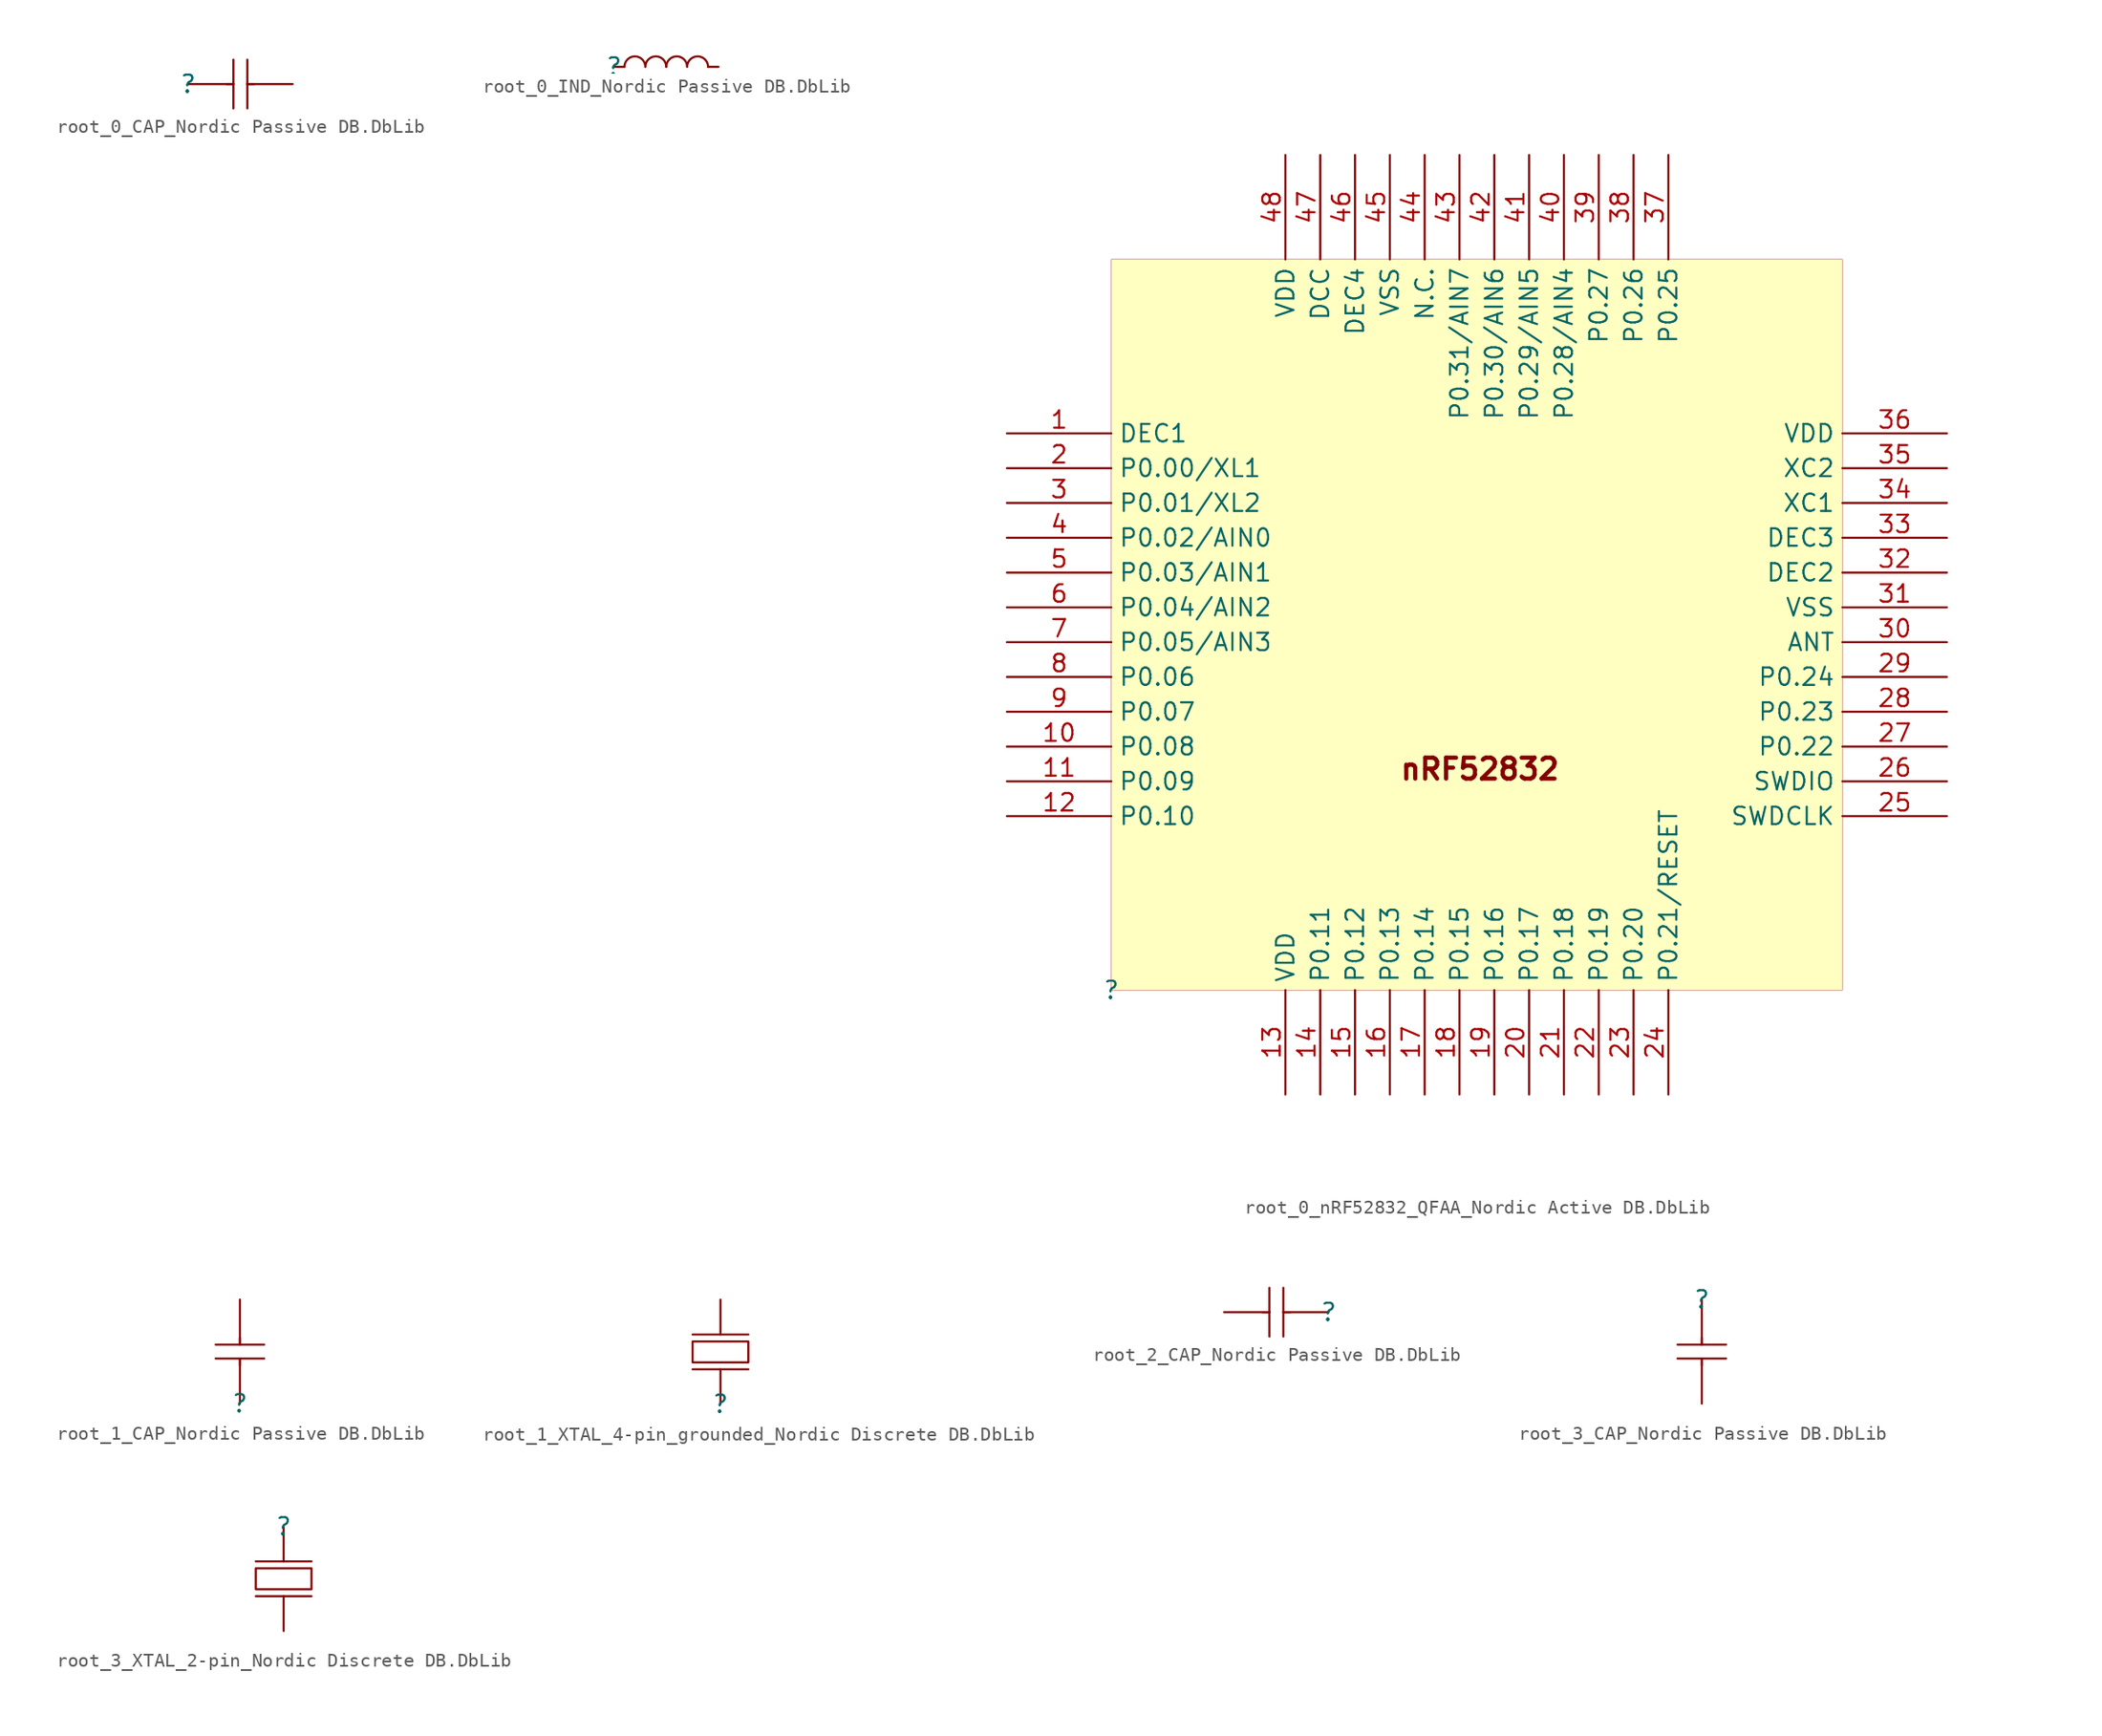
<source format=kicad_sym>
(kicad_symbol_lib
  (version 20241209)
  (generator "kicad_symbol_editor")
  (generator_version "9.0")
  (symbol "root_0_CAP_Nordic Passive DB.DbLib"
    (pin_numbers
      (hide yes))
    (pin_names
      (hide yes))
    (property "Reference" ""
      (at 0 0 0)
      (effects (font (size 1.27 1.27))))
    (property "Value" ""
      (at 0 0 0)
      (effects (font (size 1.27 1.27))))
    (symbol "root_0_CAP_Nordic Passive DB.DbLib_1_0"
      (polyline (pts (xy 3.302 0) (xy 2.794 0)) (stroke (width 0) (type solid)) (fill (type none)))
      (polyline (pts (xy 3.302 -1.778) (xy 3.302 1.778)) (stroke (width 0) (type solid)) (fill (type none)))
      (polyline (pts (xy 4.318 0) (xy 4.826 0)) (stroke (width 0) (type solid)) (fill (type none)))
      (polyline (pts (xy 4.318 -1.778) (xy 4.318 1.778)) (stroke (width 0) (type solid)) (fill (type none)))
      (pin passive line (at 0 0 0) (length 3.302) (name "1" (effects (font (size 1.27 1.27)))) (number "1" (effects (font (size 1.27 1.27)))))
      (pin passive line (at 7.62 0 180) (length 3.302) (name "2" (effects (font (size 1.27 1.27)))) (number "2" (effects (font (size 1.27 1.27)))))))
  (symbol "root_0_IND_Nordic Passive DB.DbLib"
    (pin_numbers
      (hide yes))
    (pin_names
      (hide yes))
    (property "Reference" ""
      (at 0 0 0)
      (effects (font (size 1.27 1.27))))
    (property "Value" ""
      (at 0 0 0)
      (effects (font (size 1.27 1.27))))
    (symbol "root_0_IND_Nordic Passive DB.DbLib_1_0"
      (arc (start 0.762 0) (mid 1.524 0.762) (end 2.286 0) (stroke (width 0) (type solid)) (fill (type none)))
      (arc (start 2.286 0) (mid 3.048 0.762) (end 3.81 0) (stroke (width 0) (type solid)) (fill (type none)))
      (arc (start 3.81 0) (mid 4.572 0.762) (end 5.334 0) (stroke (width 0) (type solid)) (fill (type none)))
      (arc (start 5.334 0) (mid 6.096 0.762) (end 6.858 0) (stroke (width 0) (type solid)) (fill (type none)))
      (pin passive line (at 0 0 0) (length 0.762) (name "1" (effects (font (size 1.27 1.27)))) (number "1" (effects (font (size 1.27 1.27)))))
      (pin passive line (at 7.62 0 180) (length 0.762) (name "2" (effects (font (size 1.27 1.27)))) (number "2" (effects (font (size 1.27 1.27)))))))
  (symbol "root_0_nRF52832_QFAA_Nordic Active DB.DbLib"
    (property "Reference" ""
      (at 0 0 0)
      (effects (font (size 1.27 1.27))))
    (property "Value" ""
      (at 0 0 0)
      (effects (font (size 1.27 1.27))))
    (symbol "root_0_nRF52832_QFAA_Nordic Active DB.DbLib_1_0"
      (rectangle (start 53.34 53.34) (end 0 0) (stroke (width 0.025) (type solid) (color 128 0 0 1)) (fill (type background)))
      (text "nRF52832" (at 20.955 15.24 0) (effects (font (size 1.524 1.524) (thickness 0.305) (bold yes)) (justify left bottom)))
      (pin power_in line (at -7.62 40.64 0) (length 7.62) (name "DEC1" (effects (font (size 1.27 1.27)))) (number "1" (effects (font (size 1.27 1.27)))))
      (pin bidirectional line (at -7.62 38.1 0) (length 7.62) (name "P0.00/XL1" (effects (font (size 1.27 1.27)))) (number "2" (effects (font (size 1.27 1.27)))))
      (pin bidirectional line (at -7.62 35.56 0) (length 7.62) (name "P0.01/XL2" (effects (font (size 1.27 1.27)))) (number "3" (effects (font (size 1.27 1.27)))))
      (pin bidirectional line (at -7.62 33.02 0) (length 7.62) (name "P0.02/AIN0" (effects (font (size 1.27 1.27)))) (number "4" (effects (font (size 1.27 1.27)))))
      (pin bidirectional line (at -7.62 30.48 0) (length 7.62) (name "P0.03/AIN1" (effects (font (size 1.27 1.27)))) (number "5" (effects (font (size 1.27 1.27)))))
      (pin bidirectional line (at -7.62 27.94 0) (length 7.62) (name "P0.04/AIN2" (effects (font (size 1.27 1.27)))) (number "6" (effects (font (size 1.27 1.27)))))
      (pin bidirectional line (at -7.62 25.4 0) (length 7.62) (name "P0.05/AIN3" (effects (font (size 1.27 1.27)))) (number "7" (effects (font (size 1.27 1.27)))))
      (pin bidirectional line (at -7.62 22.86 0) (length 7.62) (name "P0.06" (effects (font (size 1.27 1.27)))) (number "8" (effects (font (size 1.27 1.27)))))
      (pin bidirectional line (at -7.62 20.32 0) (length 7.62) (name "P0.07" (effects (font (size 1.27 1.27)))) (number "9" (effects (font (size 1.27 1.27)))))
      (pin bidirectional line (at -7.62 17.78 0) (length 7.62) (name "P0.08" (effects (font (size 1.27 1.27)))) (number "10" (effects (font (size 1.27 1.27)))))
      (pin bidirectional line (at -7.62 15.24 0) (length 7.62) (name "P0.09" (effects (font (size 1.27 1.27)))) (number "11" (effects (font (size 1.27 1.27)))))
      (pin bidirectional line (at -7.62 12.7 0) (length 7.62) (name "P0.10" (effects (font (size 1.27 1.27)))) (number "12" (effects (font (size 1.27 1.27)))))
      (pin power_in line (at -7.62 -7.62 0) (length 7.62) (hide yes) (name "GND" (effects (font (size 1.27 1.27)))) (number "49" (effects (font (size 1.27 1.27)))))
      (pin power_in line (at 12.7 60.96 270) (length 7.62) (name "VDD" (effects (font (size 1.27 1.27)))) (number "48" (effects (font (size 1.27 1.27)))))
      (pin power_in line (at 12.7 -7.62 90) (length 7.62) (name "VDD" (effects (font (size 1.27 1.27)))) (number "13" (effects (font (size 1.27 1.27)))))
      (pin output line (at 15.24 60.96 270) (length 7.62) (name "DCC" (effects (font (size 1.27 1.27)))) (number "47" (effects (font (size 1.27 1.27)))))
      (pin bidirectional line (at 15.24 -7.62 90) (length 7.62) (name "P0.11" (effects (font (size 1.27 1.27)))) (number "14" (effects (font (size 1.27 1.27)))))
      (pin power_in line (at 17.78 60.96 270) (length 7.62) (name "DEC4" (effects (font (size 1.27 1.27)))) (number "46" (effects (font (size 1.27 1.27)))))
      (pin bidirectional line (at 17.78 -7.62 90) (length 7.62) (name "P0.12" (effects (font (size 1.27 1.27)))) (number "15" (effects (font (size 1.27 1.27)))))
      (pin power_in line (at 20.32 60.96 270) (length 7.62) (name "VSS" (effects (font (size 1.27 1.27)))) (number "45" (effects (font (size 1.27 1.27)))))
      (pin bidirectional line (at 20.32 -7.62 90) (length 7.62) (name "P0.13" (effects (font (size 1.27 1.27)))) (number "16" (effects (font (size 1.27 1.27)))))
      (pin power_in line (at 22.86 60.96 270) (length 7.62) (name "N.C." (effects (font (size 1.27 1.27)))) (number "44" (effects (font (size 1.27 1.27)))))
      (pin bidirectional line (at 22.86 -7.62 90) (length 7.62) (name "P0.14" (effects (font (size 1.27 1.27)))) (number "17" (effects (font (size 1.27 1.27)))))
      (pin bidirectional line (at 25.4 60.96 270) (length 7.62) (name "P0.31/AIN7" (effects (font (size 1.27 1.27)))) (number "43" (effects (font (size 1.27 1.27)))))
      (pin bidirectional line (at 25.4 -7.62 90) (length 7.62) (name "P0.15" (effects (font (size 1.27 1.27)))) (number "18" (effects (font (size 1.27 1.27)))))
      (pin bidirectional line (at 27.94 60.96 270) (length 7.62) (name "P0.30/AIN6" (effects (font (size 1.27 1.27)))) (number "42" (effects (font (size 1.27 1.27)))))
      (pin bidirectional line (at 27.94 -7.62 90) (length 7.62) (name "P0.16" (effects (font (size 1.27 1.27)))) (number "19" (effects (font (size 1.27 1.27)))))
      (pin bidirectional line (at 30.48 60.96 270) (length 7.62) (name "P0.29/AIN5" (effects (font (size 1.27 1.27)))) (number "41" (effects (font (size 1.27 1.27)))))
      (pin bidirectional line (at 30.48 -7.62 90) (length 7.62) (name "P0.17" (effects (font (size 1.27 1.27)))) (number "20" (effects (font (size 1.27 1.27)))))
      (pin bidirectional line (at 33.02 60.96 270) (length 7.62) (name "P0.28/AIN4" (effects (font (size 1.27 1.27)))) (number "40" (effects (font (size 1.27 1.27)))))
      (pin bidirectional line (at 33.02 -7.62 90) (length 7.62) (name "P0.18" (effects (font (size 1.27 1.27)))) (number "21" (effects (font (size 1.27 1.27)))))
      (pin bidirectional line (at 35.56 60.96 270) (length 7.62) (name "P0.27" (effects (font (size 1.27 1.27)))) (number "39" (effects (font (size 1.27 1.27)))))
      (pin bidirectional line (at 35.56 -7.62 90) (length 7.62) (name "P0.19" (effects (font (size 1.27 1.27)))) (number "22" (effects (font (size 1.27 1.27)))))
      (pin bidirectional line (at 38.1 60.96 270) (length 7.62) (name "P0.26" (effects (font (size 1.27 1.27)))) (number "38" (effects (font (size 1.27 1.27)))))
      (pin bidirectional line (at 38.1 -7.62 90) (length 7.62) (name "P0.20" (effects (font (size 1.27 1.27)))) (number "23" (effects (font (size 1.27 1.27)))))
      (pin bidirectional line (at 40.64 60.96 270) (length 7.62) (name "P0.25" (effects (font (size 1.27 1.27)))) (number "37" (effects (font (size 1.27 1.27)))))
      (pin bidirectional line (at 40.64 -7.62 90) (length 7.62) (name "P0.21/RESET" (effects (font (size 1.27 1.27)))) (number "24" (effects (font (size 1.27 1.27)))))
      (pin power_in line (at 60.96 40.64 180) (length 7.62) (name "VDD" (effects (font (size 1.27 1.27)))) (number "36" (effects (font (size 1.27 1.27)))))
      (pin output line (at 60.96 38.1 180) (length 7.62) (name "XC2" (effects (font (size 1.27 1.27)))) (number "35" (effects (font (size 1.27 1.27)))))
      (pin input line (at 60.96 35.56 180) (length 7.62) (name "XC1" (effects (font (size 1.27 1.27)))) (number "34" (effects (font (size 1.27 1.27)))))
      (pin power_in line (at 60.96 33.02 180) (length 7.62) (name "DEC3" (effects (font (size 1.27 1.27)))) (number "33" (effects (font (size 1.27 1.27)))))
      (pin power_in line (at 60.96 30.48 180) (length 7.62) (name "DEC2" (effects (font (size 1.27 1.27)))) (number "32" (effects (font (size 1.27 1.27)))))
      (pin power_in line (at 60.96 27.94 180) (length 7.62) (name "VSS" (effects (font (size 1.27 1.27)))) (number "31" (effects (font (size 1.27 1.27)))))
      (pin bidirectional line (at 60.96 25.4 180) (length 7.62) (name "ANT" (effects (font (size 1.27 1.27)))) (number "30" (effects (font (size 1.27 1.27)))))
      (pin bidirectional line (at 60.96 22.86 180) (length 7.62) (name "P0.24" (effects (font (size 1.27 1.27)))) (number "29" (effects (font (size 1.27 1.27)))))
      (pin bidirectional line (at 60.96 20.32 180) (length 7.62) (name "P0.23" (effects (font (size 1.27 1.27)))) (number "28" (effects (font (size 1.27 1.27)))))
      (pin bidirectional line (at 60.96 17.78 180) (length 7.62) (name "P0.22" (effects (font (size 1.27 1.27)))) (number "27" (effects (font (size 1.27 1.27)))))
      (pin bidirectional line (at 60.96 15.24 180) (length 7.62) (name "SWDIO" (effects (font (size 1.27 1.27)))) (number "26" (effects (font (size 1.27 1.27)))))
      (pin input line (at 60.96 12.7 180) (length 7.62) (name "SWDCLK" (effects (font (size 1.27 1.27)))) (number "25" (effects (font (size 1.27 1.27)))))))
  (symbol "root_1_CAP_Nordic Passive DB.DbLib"
    (pin_numbers
      (hide yes))
    (pin_names
      (hide yes))
    (property "Reference" ""
      (at 0 0 0)
      (effects (font (size 1.27 1.27))))
    (property "Value" ""
      (at 0 0 0)
      (effects (font (size 1.27 1.27))))
    (symbol "root_1_CAP_Nordic Passive DB.DbLib_1_0"
      (polyline (pts (xy 0 4.318) (xy 0 4.826)) (stroke (width 0) (type solid)) (fill (type none)))
      (polyline (pts (xy 0 3.302) (xy 0 2.794)) (stroke (width 0) (type solid)) (fill (type none)))
      (polyline (pts (xy 1.778 4.318) (xy -1.778 4.318)) (stroke (width 0) (type solid)) (fill (type none)))
      (polyline (pts (xy 1.778 3.302) (xy -1.778 3.302)) (stroke (width 0) (type solid)) (fill (type none)))
      (pin passive line (at 0 7.62 270) (length 3.302) (name "2" (effects (font (size 1.27 1.27)))) (number "2" (effects (font (size 1.27 1.27)))))
      (pin passive line (at 0 0 90) (length 3.302) (name "1" (effects (font (size 1.27 1.27)))) (number "1" (effects (font (size 1.27 1.27)))))))
  (symbol "root_1_XTAL_4-pin_grounded_Nordic Discrete DB.DbLib"
    (pin_numbers
      (hide yes))
    (pin_names
      (hide yes))
    (property "Reference" ""
      (at 0 0 0)
      (effects (font (size 1.27 1.27))))
    (property "Value" ""
      (at 0 0 0)
      (effects (font (size 1.27 1.27))))
    (symbol "root_1_XTAL_4-pin_grounded_Nordic Discrete DB.DbLib_1_0"
      (polyline (pts (xy -2.032 5.08) (xy 2.032 5.08)) (stroke (width 0) (type solid)) (fill (type none)))
      (polyline (pts (xy -2.032 2.54) (xy 2.032 2.54)) (stroke (width 0) (type solid)) (fill (type none)))
      (polyline (pts (xy 2.032 4.572) (xy -2.032 4.572) (xy -2.032 3.048) (xy 2.032 3.048) (xy 2.032 4.572)) (stroke (width 0) (type solid)) (fill (type none)))
      (pin passive line (at 0 7.62 270) (length 2.54) (name "out" (effects (font (size 1.27 1.27)))) (number "3" (effects (font (size 1.27 1.27)))))
      (pin passive line (at 0 0 90) (length 2.54) (name "inp" (effects (font (size 1.27 1.27)))) (number "1" (effects (font (size 1.27 1.27)))))
      (pin passive line (at 7.112 7.366 180) (length 2.54) (hide yes) (name "GND" (effects (font (size 1.27 1.27)))) (number "4" (effects (font (size 1.27 1.27)))))
      (pin passive line (at 7.112 5.08 180) (length 2.54) (hide yes) (name "GND" (effects (font (size 1.27 1.27)))) (number "2" (effects (font (size 1.27 1.27)))))))
  (symbol "root_2_CAP_Nordic Passive DB.DbLib"
    (pin_numbers
      (hide yes))
    (pin_names
      (hide yes))
    (property "Reference" ""
      (at 0 0 0)
      (effects (font (size 1.27 1.27))))
    (property "Value" ""
      (at 0 0 0)
      (effects (font (size 1.27 1.27))))
    (symbol "root_2_CAP_Nordic Passive DB.DbLib_1_0"
      (polyline (pts (xy -4.318 1.778) (xy -4.318 -1.778)) (stroke (width 0) (type solid)) (fill (type none)))
      (polyline (pts (xy -4.318 0) (xy -4.826 0)) (stroke (width 0) (type solid)) (fill (type none)))
      (polyline (pts (xy -3.302 1.778) (xy -3.302 -1.778)) (stroke (width 0) (type solid)) (fill (type none)))
      (polyline (pts (xy -3.302 0) (xy -2.794 0)) (stroke (width 0) (type solid)) (fill (type none)))
      (pin passive line (at -7.62 0 0) (length 3.302) (name "2" (effects (font (size 1.27 1.27)))) (number "2" (effects (font (size 1.27 1.27)))))
      (pin passive line (at 0 0 180) (length 3.302) (name "1" (effects (font (size 1.27 1.27)))) (number "1" (effects (font (size 1.27 1.27)))))))
  (symbol "root_3_CAP_Nordic Passive DB.DbLib"
    (pin_numbers
      (hide yes))
    (pin_names
      (hide yes))
    (property "Reference" ""
      (at 0 0 0)
      (effects (font (size 1.27 1.27))))
    (property "Value" ""
      (at 0 0 0)
      (effects (font (size 1.27 1.27))))
    (symbol "root_3_CAP_Nordic Passive DB.DbLib_1_0"
      (polyline (pts (xy -1.778 -3.302) (xy 1.778 -3.302)) (stroke (width 0) (type solid)) (fill (type none)))
      (polyline (pts (xy -1.778 -4.318) (xy 1.778 -4.318)) (stroke (width 0) (type solid)) (fill (type none)))
      (polyline (pts (xy 0 -3.302) (xy 0 -2.794)) (stroke (width 0) (type solid)) (fill (type none)))
      (polyline (pts (xy 0 -4.318) (xy 0 -4.826)) (stroke (width 0) (type solid)) (fill (type none)))
      (pin passive line (at 0 0 270) (length 3.302) (name "1" (effects (font (size 1.27 1.27)))) (number "1" (effects (font (size 1.27 1.27)))))
      (pin passive line (at 0 -7.62 90) (length 3.302) (name "2" (effects (font (size 1.27 1.27)))) (number "2" (effects (font (size 1.27 1.27)))))))
  (symbol "root_3_XTAL_2-pin_Nordic Discrete DB.DbLib"
    (pin_numbers
      (hide yes))
    (pin_names
      (hide yes))
    (property "Reference" ""
      (at 0 0 0)
      (effects (font (size 1.27 1.27))))
    (property "Value" ""
      (at 0 0 0)
      (effects (font (size 1.27 1.27))))
    (symbol "root_3_XTAL_2-pin_Nordic Discrete DB.DbLib_1_0"
      (polyline (pts (xy -2.032 -4.572) (xy 2.032 -4.572) (xy 2.032 -3.048) (xy -2.032 -3.048) (xy -2.032 -4.572)) (stroke (width 0) (type solid)) (fill (type none)))
      (polyline (pts (xy 2.032 -2.54) (xy -2.032 -2.54)) (stroke (width 0) (type solid)) (fill (type none)))
      (polyline (pts (xy 2.032 -5.08) (xy -2.032 -5.08)) (stroke (width 0) (type solid)) (fill (type none)))
      (pin passive line (at 0 0 270) (length 2.54) (name "inp" (effects (font (size 1.27 1.27)))) (number "1" (effects (font (size 1.27 1.27)))))
      (pin passive line (at 0 -7.62 90) (length 2.54) (name "out" (effects (font (size 1.27 1.27)))) (number "2" (effects (font (size 1.27 1.27))))))))
</source>
